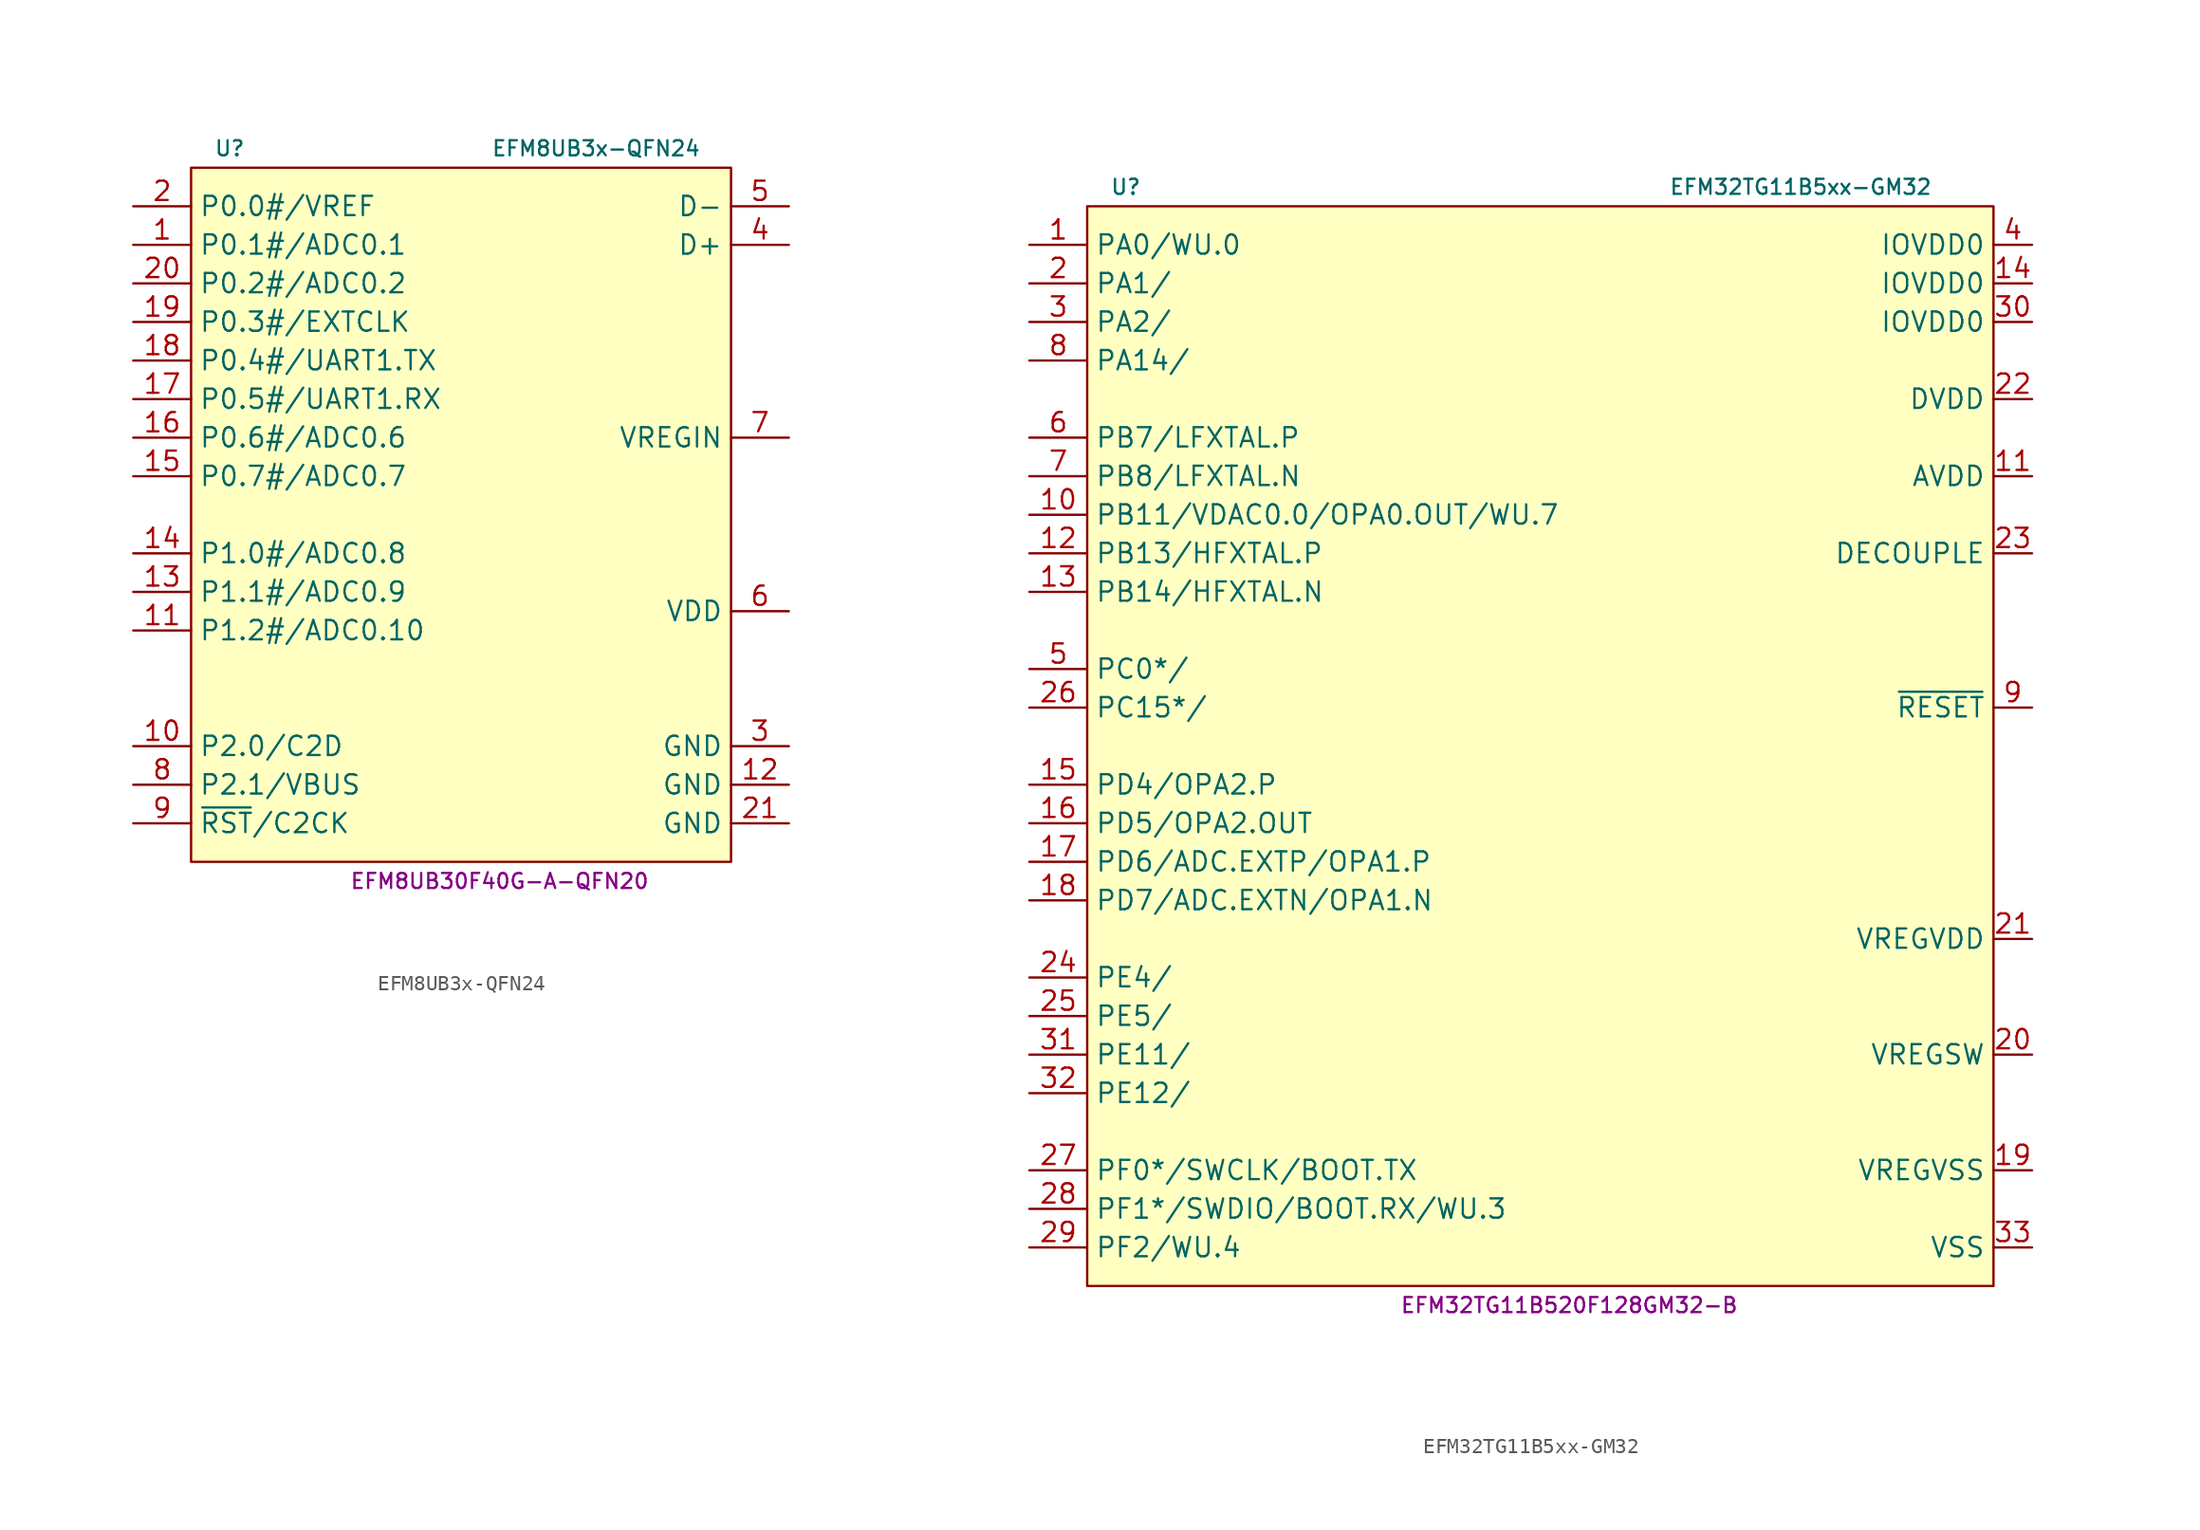
<source format=kicad_sym>
(kicad_symbol_lib
  (version 20231120)
  (generator "kicad_symbol_editor")
  (generator_version "8.0")
  (symbol "EFM8UB3x-QFN24"
    (property "Reference" "U"
      (at -16.51 25.4 0)
      (effects (font (size 0.991 0.991))))
    (property "Value" "EFM8UB3x-QFN24"
      (at 7.62 25.4 0)
      (effects (font (size 0.991 0.991))))
    (property "MPN" "EFM8UB30F40G-A-QFN20"
      (at 1.27 -22.86 0)
      (effects (font (size 0.991 0.991))))
    (symbol "EFM8UB3x-QFN24_0_1"
      (rectangle (start -19.05 24.13) (end 16.51 -21.59) (stroke (width 0) (type default)) (fill (type background))))
    (symbol "EFM8UB3x-QFN24_1_1"
      (pin bidirectional line (at -22.86 19.05 0) (length 3.81) (name "P0.1#/ADC0.1" (effects (font (size 1.27 1.27)))) (number "1" (effects (font (size 1.27 1.27)))))
      (pin bidirectional line (at -22.86 -13.97 0) (length 3.81) (name "P2.0/C2D" (effects (font (size 1.27 1.27)))) (number "10" (effects (font (size 1.27 1.27)))))
      (pin bidirectional line (at -22.86 -6.35 0) (length 3.81) (name "P1.2#/ADC0.10" (effects (font (size 1.27 1.27)))) (number "11" (effects (font (size 1.27 1.27)))))
      (pin power_in line (at 20.32 -16.51 180) (length 3.81) (name "GND" (effects (font (size 1.27 1.27)))) (number "12" (effects (font (size 1.27 1.27)))))
      (pin bidirectional line (at -22.86 -3.81 0) (length 3.81) (name "P1.1#/ADC0.9" (effects (font (size 1.27 1.27)))) (number "13" (effects (font (size 1.27 1.27)))))
      (pin bidirectional line (at -22.86 -1.27 0) (length 3.81) (name "P1.0#/ADC0.8" (effects (font (size 1.27 1.27)))) (number "14" (effects (font (size 1.27 1.27)))))
      (pin bidirectional line (at -22.86 3.81 0) (length 3.81) (name "P0.7#/ADC0.7" (effects (font (size 1.27 1.27)))) (number "15" (effects (font (size 1.27 1.27)))))
      (pin bidirectional line (at -22.86 6.35 0) (length 3.81) (name "P0.6#/ADC0.6" (effects (font (size 1.27 1.27)))) (number "16" (effects (font (size 1.27 1.27)))))
      (pin bidirectional line (at -22.86 8.89 0) (length 3.81) (name "P0.5#/UART1.RX" (effects (font (size 1.27 1.27)))) (number "17" (effects (font (size 1.27 1.27)))))
      (pin bidirectional line (at -22.86 11.43 0) (length 3.81) (name "P0.4#/UART1.TX" (effects (font (size 1.27 1.27)))) (number "18" (effects (font (size 1.27 1.27)))))
      (pin bidirectional line (at -22.86 13.97 0) (length 3.81) (name "P0.3#/EXTCLK" (effects (font (size 1.27 1.27)))) (number "19" (effects (font (size 1.27 1.27)))))
      (pin bidirectional line (at -22.86 21.59 0) (length 3.81) (name "P0.0#/VREF" (effects (font (size 1.27 1.27)))) (number "2" (effects (font (size 1.27 1.27)))))
      (pin bidirectional line (at -22.86 16.51 0) (length 3.81) (name "P0.2#/ADC0.2" (effects (font (size 1.27 1.27)))) (number "20" (effects (font (size 1.27 1.27)))))
      (pin power_in line (at 20.32 -19.05 180) (length 3.81) (name "GND" (effects (font (size 1.27 1.27)))) (number "21" (effects (font (size 1.27 1.27)))))
      (pin power_in line (at 20.32 -13.97 180) (length 3.81) (name "GND" (effects (font (size 1.27 1.27)))) (number "3" (effects (font (size 1.27 1.27)))))
      (pin bidirectional line (at 20.32 19.05 180) (length 3.81) (name "D+" (effects (font (size 1.27 1.27)))) (number "4" (effects (font (size 1.27 1.27)))))
      (pin bidirectional line (at 20.32 21.59 180) (length 3.81) (name "D-" (effects (font (size 1.27 1.27)))) (number "5" (effects (font (size 1.27 1.27)))))
      (pin power_in line (at 20.32 -5.08 180) (length 3.81) (name "VDD" (effects (font (size 1.27 1.27)))) (number "6" (effects (font (size 1.27 1.27)))))
      (pin power_in line (at 20.32 6.35 180) (length 3.81) (name "VREGIN" (effects (font (size 1.27 1.27)))) (number "7" (effects (font (size 1.27 1.27)))))
      (pin bidirectional line (at -22.86 -16.51 0) (length 3.81) (name "P2.1/VBUS" (effects (font (size 1.27 1.27)))) (number "8" (effects (font (size 1.27 1.27)))))
      (pin input line (at -22.86 -19.05 0) (length 3.81) (name "~{RST}/C2CK" (effects (font (size 1.27 1.27)))) (number "9" (effects (font (size 1.27 1.27)))))))
  (symbol "EFM32TG11B5xx-GM32"
    (property "Reference" "U"
      (at -29.21 34.29 0)
      (effects (font (size 0.991 0.991))))
    (property "Value" "EFM32TG11B5xx-GM32"
      (at 15.24 34.29 0)
      (effects (font (size 0.991 0.991))))
    (property "MPN" "EFM32TG11B520F128GM32-B"
      (at 0 -39.37 0)
      (effects (font (size 0.991 0.991))))
    (symbol "EFM32TG11B5xx-GM32_0_1"
      (rectangle (start -31.75 33.02) (end 27.94 -38.1) (stroke (width 0) (type default)) (fill (type background))))
    (symbol "EFM32TG11B5xx-GM32_1_1"
      (pin bidirectional line (at -35.56 30.48 0) (length 3.81) (name "PA0/WU.0" (effects (font (size 1.27 1.27)))) (number "1" (effects (font (size 1.27 1.27)))))
      (pin bidirectional line (at -35.56 12.7 0) (length 3.81) (name "PB11/VDAC0.0/OPA0.OUT/WU.7" (effects (font (size 1.27 1.27)))) (number "10" (effects (font (size 1.27 1.27)))))
      (pin power_in line (at 30.48 15.24 180) (length 2.54) (name "AVDD" (effects (font (size 1.27 1.27)))) (number "11" (effects (font (size 1.27 1.27)))))
      (pin bidirectional line (at -35.56 10.16 0) (length 3.81) (name "PB13/HFXTAL.P" (effects (font (size 1.27 1.27)))) (number "12" (effects (font (size 1.27 1.27)))))
      (pin bidirectional line (at -35.56 7.62 0) (length 3.81) (name "PB14/HFXTAL.N" (effects (font (size 1.27 1.27)))) (number "13" (effects (font (size 1.27 1.27)))))
      (pin power_in line (at 30.48 27.94 180) (length 2.54) (name "IOVDD0" (effects (font (size 1.27 1.27)))) (number "14" (effects (font (size 1.27 1.27)))))
      (pin bidirectional line (at -35.56 -5.08 0) (length 3.81) (name "PD4/OPA2.P" (effects (font (size 1.27 1.27)))) (number "15" (effects (font (size 1.27 1.27)))))
      (pin bidirectional line (at -35.56 -7.62 0) (length 3.81) (name "PD5/OPA2.OUT" (effects (font (size 1.27 1.27)))) (number "16" (effects (font (size 1.27 1.27)))))
      (pin bidirectional line (at -35.56 -10.16 0) (length 3.81) (name "PD6/ADC.EXTP/OPA1.P" (effects (font (size 1.27 1.27)))) (number "17" (effects (font (size 1.27 1.27)))))
      (pin bidirectional line (at -35.56 -12.7 0) (length 3.81) (name "PD7/ADC.EXTN/OPA1.N" (effects (font (size 1.27 1.27)))) (number "18" (effects (font (size 1.27 1.27)))))
      (pin power_in line (at 30.48 -30.48 180) (length 2.54) (name "VREGVSS" (effects (font (size 1.27 1.27)))) (number "19" (effects (font (size 1.27 1.27)))))
      (pin bidirectional line (at -35.56 27.94 0) (length 3.81) (name "PA1/" (effects (font (size 1.27 1.27)))) (number "2" (effects (font (size 1.27 1.27)))))
      (pin power_out line (at 30.48 -22.86 180) (length 2.54) (name "VREGSW" (effects (font (size 1.27 1.27)))) (number "20" (effects (font (size 1.27 1.27)))))
      (pin power_in line (at 30.48 -15.24 180) (length 2.54) (name "VREGVDD" (effects (font (size 1.27 1.27)))) (number "21" (effects (font (size 1.27 1.27)))))
      (pin power_in line (at 30.48 20.32 180) (length 2.54) (name "DVDD" (effects (font (size 1.27 1.27)))) (number "22" (effects (font (size 1.27 1.27)))))
      (pin power_out line (at 30.48 10.16 180) (length 2.54) (name "DECOUPLE" (effects (font (size 1.27 1.27)))) (number "23" (effects (font (size 1.27 1.27)))))
      (pin bidirectional line (at -35.56 -17.78 0) (length 3.81) (name "PE4/" (effects (font (size 1.27 1.27)))) (number "24" (effects (font (size 1.27 1.27)))))
      (pin bidirectional line (at -35.56 -20.32 0) (length 3.81) (name "PE5/" (effects (font (size 1.27 1.27)))) (number "25" (effects (font (size 1.27 1.27)))))
      (pin bidirectional line (at -35.56 0 0) (length 3.81) (name "PC15*/" (effects (font (size 1.27 1.27)))) (number "26" (effects (font (size 1.27 1.27)))))
      (pin bidirectional line (at -35.56 -30.48 0) (length 3.81) (name "PF0*/SWCLK/BOOT.TX" (effects (font (size 1.27 1.27)))) (number "27" (effects (font (size 1.27 1.27)))))
      (pin bidirectional line (at -35.56 -33.02 0) (length 3.81) (name "PF1*/SWDIO/BOOT.RX/WU.3" (effects (font (size 1.27 1.27)))) (number "28" (effects (font (size 1.27 1.27)))))
      (pin bidirectional line (at -35.56 -35.56 0) (length 3.81) (name "PF2/WU.4" (effects (font (size 1.27 1.27)))) (number "29" (effects (font (size 1.27 1.27)))))
      (pin bidirectional line (at -35.56 25.4 0) (length 3.81) (name "PA2/" (effects (font (size 1.27 1.27)))) (number "3" (effects (font (size 1.27 1.27)))))
      (pin power_in line (at 30.48 25.4 180) (length 2.54) (name "IOVDD0" (effects (font (size 1.27 1.27)))) (number "30" (effects (font (size 1.27 1.27)))))
      (pin bidirectional line (at -35.56 -22.86 0) (length 3.81) (name "PE11/" (effects (font (size 1.27 1.27)))) (number "31" (effects (font (size 1.27 1.27)))))
      (pin bidirectional line (at -35.56 -25.4 0) (length 3.81) (name "PE12/" (effects (font (size 1.27 1.27)))) (number "32" (effects (font (size 1.27 1.27)))))
      (pin power_in line (at 30.48 -35.56 180) (length 2.54) (name "VSS" (effects (font (size 1.27 1.27)))) (number "33" (effects (font (size 1.27 1.27)))))
      (pin power_in line (at 30.48 30.48 180) (length 2.54) (name "IOVDD0" (effects (font (size 1.27 1.27)))) (number "4" (effects (font (size 1.27 1.27)))))
      (pin bidirectional line (at -35.56 2.54 0) (length 3.81) (name "PC0*/" (effects (font (size 1.27 1.27)))) (number "5" (effects (font (size 1.27 1.27)))))
      (pin bidirectional line (at -35.56 17.78 0) (length 3.81) (name "PB7/LFXTAL.P" (effects (font (size 1.27 1.27)))) (number "6" (effects (font (size 1.27 1.27)))))
      (pin bidirectional line (at -35.56 15.24 0) (length 3.81) (name "PB8/LFXTAL.N" (effects (font (size 1.27 1.27)))) (number "7" (effects (font (size 1.27 1.27)))))
      (pin bidirectional line (at -35.56 22.86 0) (length 3.81) (name "PA14/" (effects (font (size 1.27 1.27)))) (number "8" (effects (font (size 1.27 1.27)))))
      (pin input line (at 30.48 0 180) (length 2.54) (name "~{RESET}" (effects (font (size 1.27 1.27)))) (number "9" (effects (font (size 1.27 1.27))))))))
</source>
